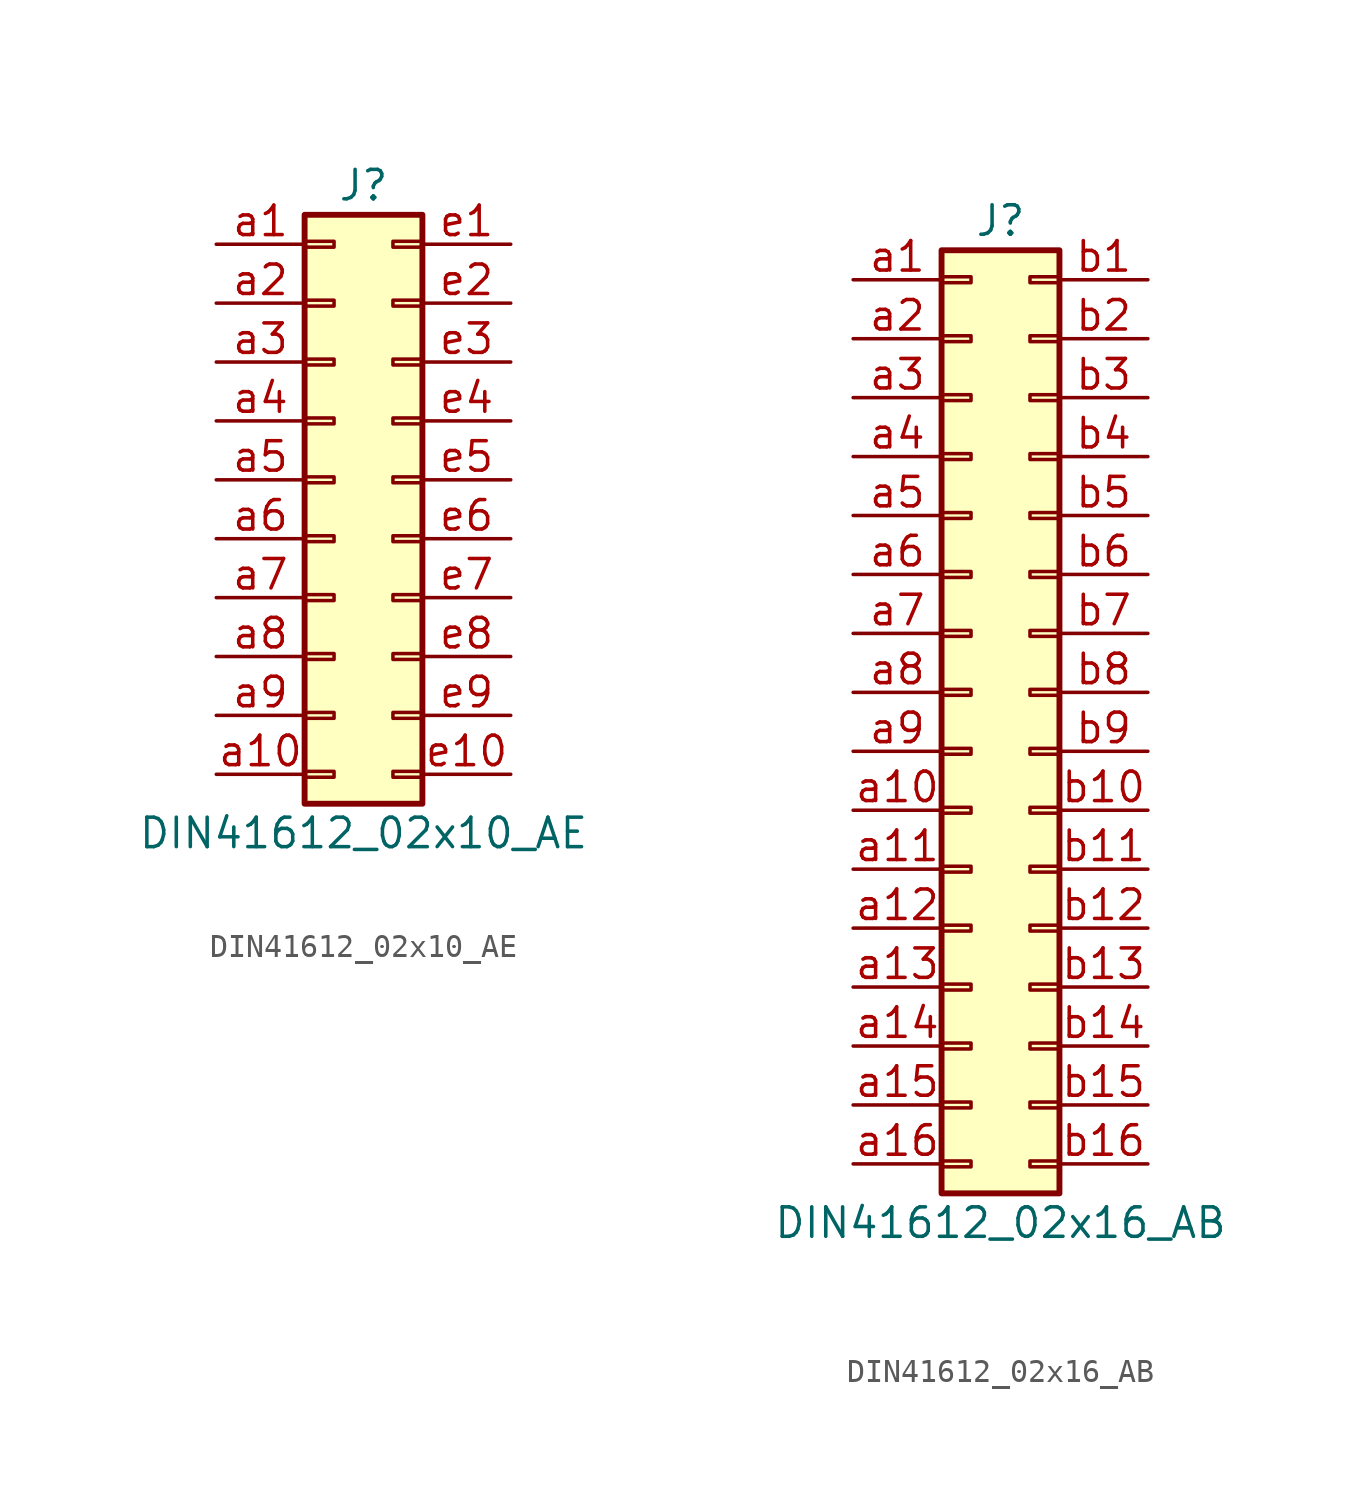
<source format=kicad_sym>
(kicad_symbol_lib
  (version 20241209)
  (generator "kicad_symbol_editor")
  (generator_version "9.0")
  (symbol "DIN41612_02x10_AE"
    (pin_names
      (offset 1.016)
      (hide yes))
    (property "Reference" "J"
      (at 1.27 12.7 0)
      (effects (font (size 1.27 1.27))))
    (property "Value" "DIN41612_02x10_AE"
      (at 1.27 -15.24 0)
      (effects (font (size 1.27 1.27))))
    (symbol "DIN41612_02x10_AE_1_1"
      (rectangle (start -1.27 11.43) (end 3.81 -13.97) (stroke (width 0.254) (type default)) (fill (type background)))
      (rectangle (start -1.27 10.287) (end 0 10.033) (stroke (width 0.152) (type default)) (fill (type none)))
      (rectangle (start -1.27 7.747) (end 0 7.493) (stroke (width 0.152) (type default)) (fill (type none)))
      (rectangle (start -1.27 5.207) (end 0 4.953) (stroke (width 0.152) (type default)) (fill (type none)))
      (rectangle (start -1.27 2.667) (end 0 2.413) (stroke (width 0.152) (type default)) (fill (type none)))
      (rectangle (start -1.27 0.127) (end 0 -0.127) (stroke (width 0.152) (type default)) (fill (type none)))
      (rectangle (start -1.27 -2.413) (end 0 -2.667) (stroke (width 0.152) (type default)) (fill (type none)))
      (rectangle (start -1.27 -4.953) (end 0 -5.207) (stroke (width 0.152) (type default)) (fill (type none)))
      (rectangle (start -1.27 -7.493) (end 0 -7.747) (stroke (width 0.152) (type default)) (fill (type none)))
      (rectangle (start -1.27 -10.033) (end 0 -10.287) (stroke (width 0.152) (type default)) (fill (type none)))
      (rectangle (start -1.27 -12.573) (end 0 -12.827) (stroke (width 0.152) (type default)) (fill (type none)))
      (rectangle (start 3.81 10.287) (end 2.54 10.033) (stroke (width 0.152) (type default)) (fill (type none)))
      (rectangle (start 3.81 7.747) (end 2.54 7.493) (stroke (width 0.152) (type default)) (fill (type none)))
      (rectangle (start 3.81 5.207) (end 2.54 4.953) (stroke (width 0.152) (type default)) (fill (type none)))
      (rectangle (start 3.81 2.667) (end 2.54 2.413) (stroke (width 0.152) (type default)) (fill (type none)))
      (rectangle (start 3.81 0.127) (end 2.54 -0.127) (stroke (width 0.152) (type default)) (fill (type none)))
      (rectangle (start 3.81 -2.413) (end 2.54 -2.667) (stroke (width 0.152) (type default)) (fill (type none)))
      (rectangle (start 3.81 -4.953) (end 2.54 -5.207) (stroke (width 0.152) (type default)) (fill (type none)))
      (rectangle (start 3.81 -7.493) (end 2.54 -7.747) (stroke (width 0.152) (type default)) (fill (type none)))
      (rectangle (start 3.81 -10.033) (end 2.54 -10.287) (stroke (width 0.152) (type default)) (fill (type none)))
      (rectangle (start 3.81 -12.573) (end 2.54 -12.827) (stroke (width 0.152) (type default)) (fill (type none)))
      (pin passive line (at -5.08 10.16 0) (length 3.81) (name "Pin_a1" (effects (font (size 1.27 1.27)))) (number "a1" (effects (font (size 1.27 1.27)))))
      (pin passive line (at -5.08 7.62 0) (length 3.81) (name "Pin_a2" (effects (font (size 1.27 1.27)))) (number "a2" (effects (font (size 1.27 1.27)))))
      (pin passive line (at -5.08 5.08 0) (length 3.81) (name "Pin_a3" (effects (font (size 1.27 1.27)))) (number "a3" (effects (font (size 1.27 1.27)))))
      (pin passive line (at -5.08 2.54 0) (length 3.81) (name "Pin_a4" (effects (font (size 1.27 1.27)))) (number "a4" (effects (font (size 1.27 1.27)))))
      (pin passive line (at -5.08 0 0) (length 3.81) (name "Pin_a5" (effects (font (size 1.27 1.27)))) (number "a5" (effects (font (size 1.27 1.27)))))
      (pin passive line (at -5.08 -2.54 0) (length 3.81) (name "Pin_a6" (effects (font (size 1.27 1.27)))) (number "a6" (effects (font (size 1.27 1.27)))))
      (pin passive line (at -5.08 -5.08 0) (length 3.81) (name "Pin_a7" (effects (font (size 1.27 1.27)))) (number "a7" (effects (font (size 1.27 1.27)))))
      (pin passive line (at -5.08 -7.62 0) (length 3.81) (name "Pin_a8" (effects (font (size 1.27 1.27)))) (number "a8" (effects (font (size 1.27 1.27)))))
      (pin passive line (at -5.08 -10.16 0) (length 3.81) (name "Pin_a9" (effects (font (size 1.27 1.27)))) (number "a9" (effects (font (size 1.27 1.27)))))
      (pin passive line (at -5.08 -12.7 0) (length 3.81) (name "Pin_a10" (effects (font (size 1.27 1.27)))) (number "a10" (effects (font (size 1.27 1.27)))))
      (pin passive line (at 7.62 10.16 180) (length 3.81) (name "Pin_e1" (effects (font (size 1.27 1.27)))) (number "e1" (effects (font (size 1.27 1.27)))))
      (pin passive line (at 7.62 7.62 180) (length 3.81) (name "Pin_e2" (effects (font (size 1.27 1.27)))) (number "e2" (effects (font (size 1.27 1.27)))))
      (pin passive line (at 7.62 5.08 180) (length 3.81) (name "Pin_e3" (effects (font (size 1.27 1.27)))) (number "e3" (effects (font (size 1.27 1.27)))))
      (pin passive line (at 7.62 2.54 180) (length 3.81) (name "Pin_e4" (effects (font (size 1.27 1.27)))) (number "e4" (effects (font (size 1.27 1.27)))))
      (pin passive line (at 7.62 0 180) (length 3.81) (name "Pin_e5" (effects (font (size 1.27 1.27)))) (number "e5" (effects (font (size 1.27 1.27)))))
      (pin passive line (at 7.62 -2.54 180) (length 3.81) (name "Pin_e6" (effects (font (size 1.27 1.27)))) (number "e6" (effects (font (size 1.27 1.27)))))
      (pin passive line (at 7.62 -5.08 180) (length 3.81) (name "Pin_e7" (effects (font (size 1.27 1.27)))) (number "e7" (effects (font (size 1.27 1.27)))))
      (pin passive line (at 7.62 -7.62 180) (length 3.81) (name "Pin_e8" (effects (font (size 1.27 1.27)))) (number "e8" (effects (font (size 1.27 1.27)))))
      (pin passive line (at 7.62 -10.16 180) (length 3.81) (name "Pin_e9" (effects (font (size 1.27 1.27)))) (number "e9" (effects (font (size 1.27 1.27)))))
      (pin passive line (at 7.62 -12.7 180) (length 3.81) (name "Pin_e10" (effects (font (size 1.27 1.27)))) (number "e10" (effects (font (size 1.27 1.27)))))))
  (symbol "DIN41612_02x16_AB"
    (pin_names
      (offset 1.016)
      (hide yes))
    (property "Reference" "J"
      (at 1.27 20.32 0)
      (effects (font (size 1.27 1.27))))
    (property "Value" "DIN41612_02x16_AB"
      (at 1.27 -22.86 0)
      (effects (font (size 1.27 1.27))))
    (symbol "DIN41612_02x16_AB_1_1"
      (rectangle (start -1.27 19.05) (end 3.81 -21.59) (stroke (width 0.254) (type default)) (fill (type background)))
      (rectangle (start -1.27 17.907) (end 0 17.653) (stroke (width 0.152) (type default)) (fill (type none)))
      (rectangle (start -1.27 15.367) (end 0 15.113) (stroke (width 0.152) (type default)) (fill (type none)))
      (rectangle (start -1.27 12.827) (end 0 12.573) (stroke (width 0.152) (type default)) (fill (type none)))
      (rectangle (start -1.27 10.287) (end 0 10.033) (stroke (width 0.152) (type default)) (fill (type none)))
      (rectangle (start -1.27 7.747) (end 0 7.493) (stroke (width 0.152) (type default)) (fill (type none)))
      (rectangle (start -1.27 5.207) (end 0 4.953) (stroke (width 0.152) (type default)) (fill (type none)))
      (rectangle (start -1.27 2.667) (end 0 2.413) (stroke (width 0.152) (type default)) (fill (type none)))
      (rectangle (start -1.27 0.127) (end 0 -0.127) (stroke (width 0.152) (type default)) (fill (type none)))
      (rectangle (start -1.27 -2.413) (end 0 -2.667) (stroke (width 0.152) (type default)) (fill (type none)))
      (rectangle (start -1.27 -4.953) (end 0 -5.207) (stroke (width 0.152) (type default)) (fill (type none)))
      (rectangle (start -1.27 -7.493) (end 0 -7.747) (stroke (width 0.152) (type default)) (fill (type none)))
      (rectangle (start -1.27 -10.033) (end 0 -10.287) (stroke (width 0.152) (type default)) (fill (type none)))
      (rectangle (start -1.27 -12.573) (end 0 -12.827) (stroke (width 0.152) (type default)) (fill (type none)))
      (rectangle (start -1.27 -15.113) (end 0 -15.367) (stroke (width 0.152) (type default)) (fill (type none)))
      (rectangle (start -1.27 -17.653) (end 0 -17.907) (stroke (width 0.152) (type default)) (fill (type none)))
      (rectangle (start -1.27 -20.193) (end 0 -20.447) (stroke (width 0.152) (type default)) (fill (type none)))
      (rectangle (start 3.81 17.907) (end 2.54 17.653) (stroke (width 0.152) (type default)) (fill (type none)))
      (rectangle (start 3.81 15.367) (end 2.54 15.113) (stroke (width 0.152) (type default)) (fill (type none)))
      (rectangle (start 3.81 12.827) (end 2.54 12.573) (stroke (width 0.152) (type default)) (fill (type none)))
      (rectangle (start 3.81 10.287) (end 2.54 10.033) (stroke (width 0.152) (type default)) (fill (type none)))
      (rectangle (start 3.81 7.747) (end 2.54 7.493) (stroke (width 0.152) (type default)) (fill (type none)))
      (rectangle (start 3.81 5.207) (end 2.54 4.953) (stroke (width 0.152) (type default)) (fill (type none)))
      (rectangle (start 3.81 2.667) (end 2.54 2.413) (stroke (width 0.152) (type default)) (fill (type none)))
      (rectangle (start 3.81 0.127) (end 2.54 -0.127) (stroke (width 0.152) (type default)) (fill (type none)))
      (rectangle (start 3.81 -2.413) (end 2.54 -2.667) (stroke (width 0.152) (type default)) (fill (type none)))
      (rectangle (start 3.81 -4.953) (end 2.54 -5.207) (stroke (width 0.152) (type default)) (fill (type none)))
      (rectangle (start 3.81 -7.493) (end 2.54 -7.747) (stroke (width 0.152) (type default)) (fill (type none)))
      (rectangle (start 3.81 -10.033) (end 2.54 -10.287) (stroke (width 0.152) (type default)) (fill (type none)))
      (rectangle (start 3.81 -12.573) (end 2.54 -12.827) (stroke (width 0.152) (type default)) (fill (type none)))
      (rectangle (start 3.81 -15.113) (end 2.54 -15.367) (stroke (width 0.152) (type default)) (fill (type none)))
      (rectangle (start 3.81 -17.653) (end 2.54 -17.907) (stroke (width 0.152) (type default)) (fill (type none)))
      (rectangle (start 3.81 -20.193) (end 2.54 -20.447) (stroke (width 0.152) (type default)) (fill (type none)))
      (pin passive line (at -5.08 17.78 0) (length 3.81) (name "Pin_a1" (effects (font (size 1.27 1.27)))) (number "a1" (effects (font (size 1.27 1.27)))))
      (pin passive line (at -5.08 15.24 0) (length 3.81) (name "Pin_a2" (effects (font (size 1.27 1.27)))) (number "a2" (effects (font (size 1.27 1.27)))))
      (pin passive line (at -5.08 12.7 0) (length 3.81) (name "Pin_a3" (effects (font (size 1.27 1.27)))) (number "a3" (effects (font (size 1.27 1.27)))))
      (pin passive line (at -5.08 10.16 0) (length 3.81) (name "Pin_a4" (effects (font (size 1.27 1.27)))) (number "a4" (effects (font (size 1.27 1.27)))))
      (pin passive line (at -5.08 7.62 0) (length 3.81) (name "Pin_a5" (effects (font (size 1.27 1.27)))) (number "a5" (effects (font (size 1.27 1.27)))))
      (pin passive line (at -5.08 5.08 0) (length 3.81) (name "Pin_a6" (effects (font (size 1.27 1.27)))) (number "a6" (effects (font (size 1.27 1.27)))))
      (pin passive line (at -5.08 2.54 0) (length 3.81) (name "Pin_a7" (effects (font (size 1.27 1.27)))) (number "a7" (effects (font (size 1.27 1.27)))))
      (pin passive line (at -5.08 0 0) (length 3.81) (name "Pin_a8" (effects (font (size 1.27 1.27)))) (number "a8" (effects (font (size 1.27 1.27)))))
      (pin passive line (at -5.08 -2.54 0) (length 3.81) (name "Pin_a9" (effects (font (size 1.27 1.27)))) (number "a9" (effects (font (size 1.27 1.27)))))
      (pin passive line (at -5.08 -5.08 0) (length 3.81) (name "Pin_a10" (effects (font (size 1.27 1.27)))) (number "a10" (effects (font (size 1.27 1.27)))))
      (pin passive line (at -5.08 -7.62 0) (length 3.81) (name "Pin_a11" (effects (font (size 1.27 1.27)))) (number "a11" (effects (font (size 1.27 1.27)))))
      (pin passive line (at -5.08 -10.16 0) (length 3.81) (name "Pin_a12" (effects (font (size 1.27 1.27)))) (number "a12" (effects (font (size 1.27 1.27)))))
      (pin passive line (at -5.08 -12.7 0) (length 3.81) (name "Pin_a13" (effects (font (size 1.27 1.27)))) (number "a13" (effects (font (size 1.27 1.27)))))
      (pin passive line (at -5.08 -15.24 0) (length 3.81) (name "Pin_a14" (effects (font (size 1.27 1.27)))) (number "a14" (effects (font (size 1.27 1.27)))))
      (pin passive line (at -5.08 -17.78 0) (length 3.81) (name "Pin_a15" (effects (font (size 1.27 1.27)))) (number "a15" (effects (font (size 1.27 1.27)))))
      (pin passive line (at -5.08 -20.32 0) (length 3.81) (name "Pin_a16" (effects (font (size 1.27 1.27)))) (number "a16" (effects (font (size 1.27 1.27)))))
      (pin passive line (at 7.62 17.78 180) (length 3.81) (name "Pin_b1" (effects (font (size 1.27 1.27)))) (number "b1" (effects (font (size 1.27 1.27)))))
      (pin passive line (at 7.62 15.24 180) (length 3.81) (name "Pin_b2" (effects (font (size 1.27 1.27)))) (number "b2" (effects (font (size 1.27 1.27)))))
      (pin passive line (at 7.62 12.7 180) (length 3.81) (name "Pin_b3" (effects (font (size 1.27 1.27)))) (number "b3" (effects (font (size 1.27 1.27)))))
      (pin passive line (at 7.62 10.16 180) (length 3.81) (name "Pin_b4" (effects (font (size 1.27 1.27)))) (number "b4" (effects (font (size 1.27 1.27)))))
      (pin passive line (at 7.62 7.62 180) (length 3.81) (name "Pin_b5" (effects (font (size 1.27 1.27)))) (number "b5" (effects (font (size 1.27 1.27)))))
      (pin passive line (at 7.62 5.08 180) (length 3.81) (name "Pin_b6" (effects (font (size 1.27 1.27)))) (number "b6" (effects (font (size 1.27 1.27)))))
      (pin passive line (at 7.62 2.54 180) (length 3.81) (name "Pin_b7" (effects (font (size 1.27 1.27)))) (number "b7" (effects (font (size 1.27 1.27)))))
      (pin passive line (at 7.62 0 180) (length 3.81) (name "Pin_b8" (effects (font (size 1.27 1.27)))) (number "b8" (effects (font (size 1.27 1.27)))))
      (pin passive line (at 7.62 -2.54 180) (length 3.81) (name "Pin_b9" (effects (font (size 1.27 1.27)))) (number "b9" (effects (font (size 1.27 1.27)))))
      (pin passive line (at 7.62 -5.08 180) (length 3.81) (name "Pin_b10" (effects (font (size 1.27 1.27)))) (number "b10" (effects (font (size 1.27 1.27)))))
      (pin passive line (at 7.62 -7.62 180) (length 3.81) (name "Pin_b11" (effects (font (size 1.27 1.27)))) (number "b11" (effects (font (size 1.27 1.27)))))
      (pin passive line (at 7.62 -10.16 180) (length 3.81) (name "Pin_b12" (effects (font (size 1.27 1.27)))) (number "b12" (effects (font (size 1.27 1.27)))))
      (pin passive line (at 7.62 -12.7 180) (length 3.81) (name "Pin_b13" (effects (font (size 1.27 1.27)))) (number "b13" (effects (font (size 1.27 1.27)))))
      (pin passive line (at 7.62 -15.24 180) (length 3.81) (name "Pin_b14" (effects (font (size 1.27 1.27)))) (number "b14" (effects (font (size 1.27 1.27)))))
      (pin passive line (at 7.62 -17.78 180) (length 3.81) (name "Pin_b15" (effects (font (size 1.27 1.27)))) (number "b15" (effects (font (size 1.27 1.27)))))
      (pin passive line (at 7.62 -20.32 180) (length 3.81) (name "Pin_b16" (effects (font (size 1.27 1.27)))) (number "b16" (effects (font (size 1.27 1.27))))))))
</source>
